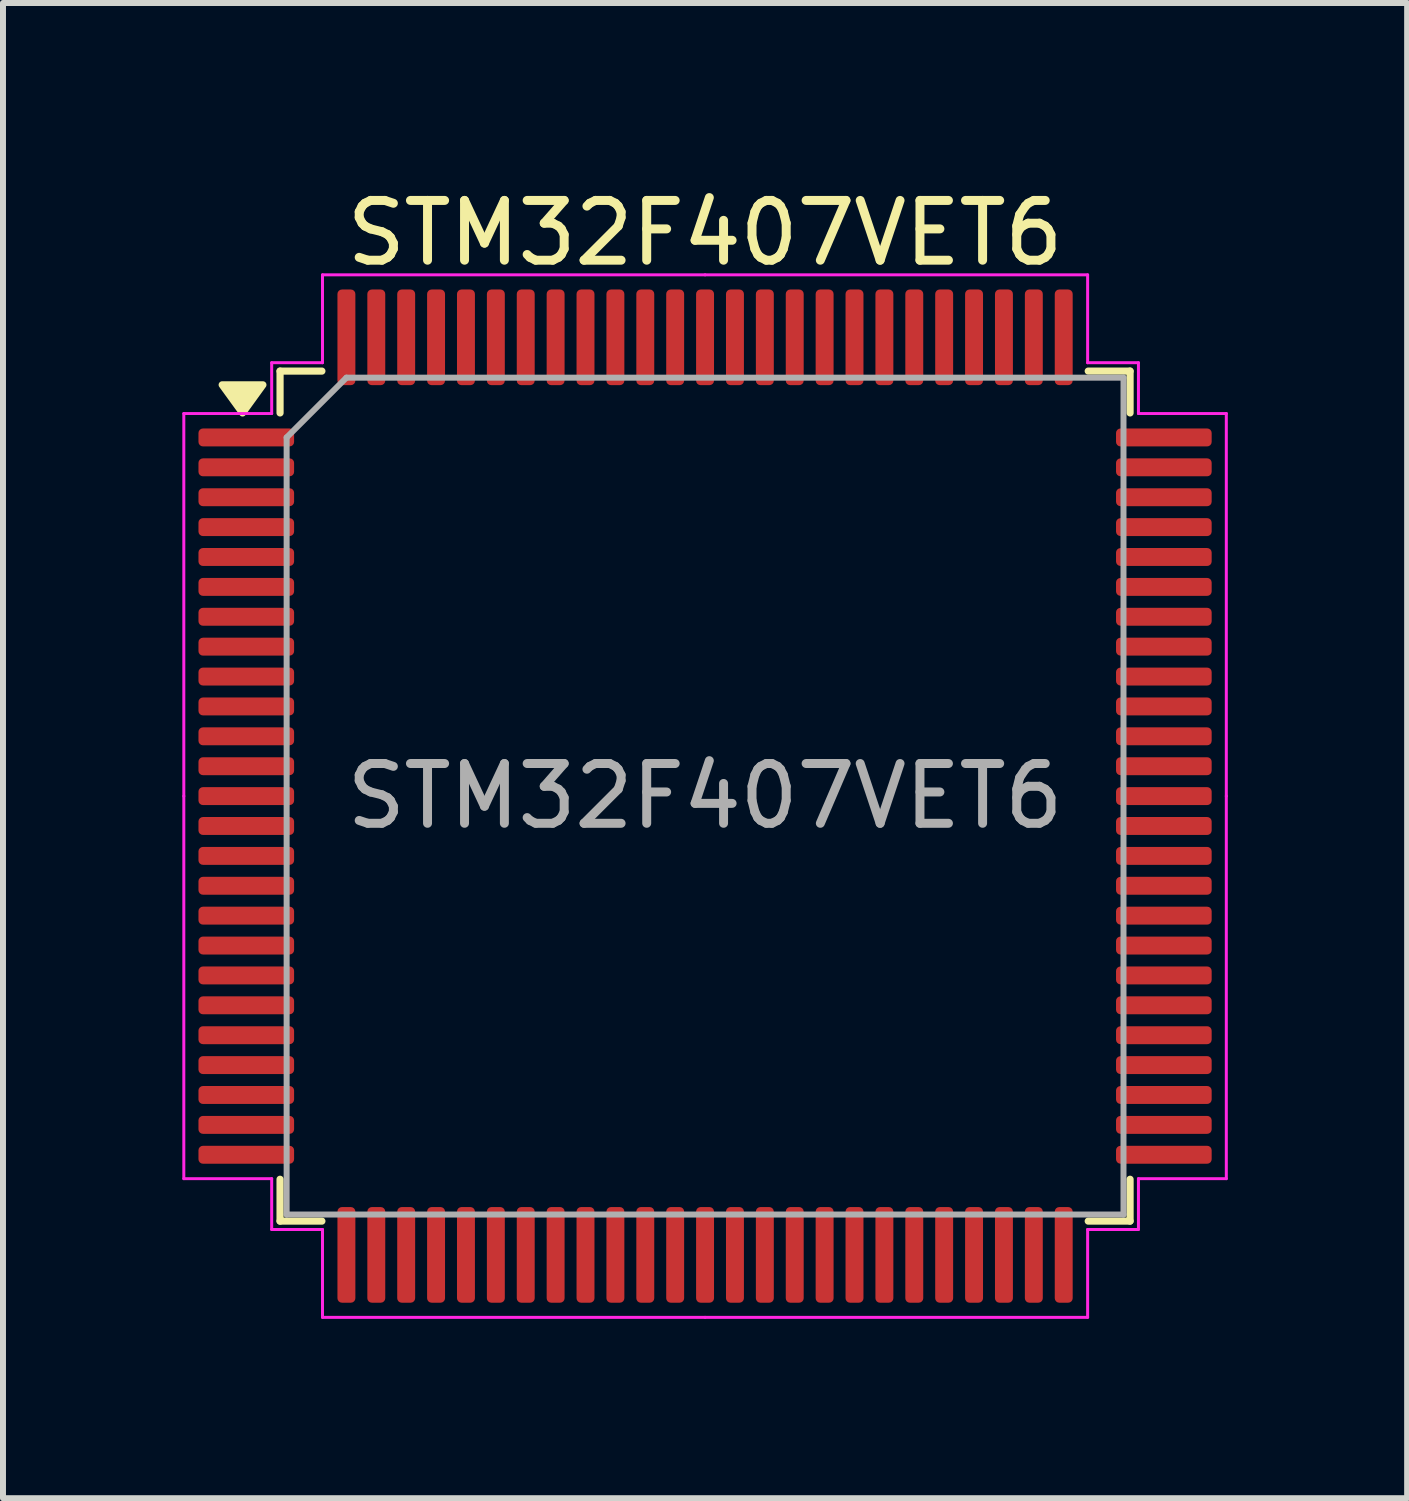
<source format=kicad_pcb>
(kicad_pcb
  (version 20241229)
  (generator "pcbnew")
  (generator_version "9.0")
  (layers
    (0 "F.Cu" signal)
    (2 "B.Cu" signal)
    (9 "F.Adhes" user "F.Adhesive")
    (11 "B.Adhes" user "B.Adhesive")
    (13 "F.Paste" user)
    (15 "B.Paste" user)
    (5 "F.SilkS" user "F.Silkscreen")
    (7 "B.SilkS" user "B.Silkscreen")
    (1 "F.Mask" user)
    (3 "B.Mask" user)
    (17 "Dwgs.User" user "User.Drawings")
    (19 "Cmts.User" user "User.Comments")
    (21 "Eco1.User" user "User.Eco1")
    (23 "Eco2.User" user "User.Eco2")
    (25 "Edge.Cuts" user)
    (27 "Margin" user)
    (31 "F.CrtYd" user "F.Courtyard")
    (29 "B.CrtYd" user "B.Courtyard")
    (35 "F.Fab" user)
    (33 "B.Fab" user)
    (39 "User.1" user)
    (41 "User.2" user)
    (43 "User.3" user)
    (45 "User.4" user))
  (footprint "STM32F407VET6"
    (layer "F.Cu")
    (at 8.745 10.268)
    (property "Reference" "STM32F407VET6" (at 0 -9.42 0) (layer "F.SilkS") (effects (font (size 1 1) (thickness 0.15))))
    (attr smd)
    (fp_line (start -7.11 -7.11) (end -7.11 -6.41) (stroke (width 0.12) (type solid)) (layer "F.SilkS"))
    (fp_line (start -7.11 7.11) (end -7.11 6.41) (stroke (width 0.12) (type solid)) (layer "F.SilkS"))
    (fp_line (start -6.41 -7.11) (end -7.11 -7.11) (stroke (width 0.12) (type solid)) (layer "F.SilkS"))
    (fp_line (start -6.41 7.11) (end -7.11 7.11) (stroke (width 0.12) (type solid)) (layer "F.SilkS"))
    (fp_line (start 6.41 -7.11) (end 7.11 -7.11) (stroke (width 0.12) (type solid)) (layer "F.SilkS"))
    (fp_line (start 6.41 7.11) (end 7.11 7.11) (stroke (width 0.12) (type solid)) (layer "F.SilkS"))
    (fp_line (start 7.11 -7.11) (end 7.11 -6.41) (stroke (width 0.12) (type solid)) (layer "F.SilkS"))
    (fp_line (start 7.11 7.11) (end 7.11 6.41) (stroke (width 0.12) (type solid)) (layer "F.SilkS"))
    (fp_poly (pts (xy -7.737 -6.41) (xy -8.078 -6.88) (xy -7.397 -6.88) (xy -7.737 -6.41)) (stroke (width 0.12) (type solid)) (fill yes) (layer "F.SilkS"))
    (fp_line (start -8.72 -6.4) (end -8.72 0) (stroke (width 0.05) (type solid)) (layer "F.CrtYd"))
    (fp_line (start -8.72 6.4) (end -8.72 0) (stroke (width 0.05) (type solid)) (layer "F.CrtYd"))
    (fp_line (start -7.25 -7.25) (end -7.25 -6.4) (stroke (width 0.05) (type solid)) (layer "F.CrtYd"))
    (fp_line (start -7.25 -6.4) (end -8.72 -6.4) (stroke (width 0.05) (type solid)) (layer "F.CrtYd"))
    (fp_line (start -7.25 6.4) (end -8.72 6.4) (stroke (width 0.05) (type solid)) (layer "F.CrtYd"))
    (fp_line (start -7.25 7.25) (end -7.25 6.4) (stroke (width 0.05) (type solid)) (layer "F.CrtYd"))
    (fp_line (start -6.4 -8.72) (end -6.4 -7.25) (stroke (width 0.05) (type solid)) (layer "F.CrtYd"))
    (fp_line (start -6.4 -7.25) (end -7.25 -7.25) (stroke (width 0.05) (type solid)) (layer "F.CrtYd"))
    (fp_line (start -6.4 7.25) (end -7.25 7.25) (stroke (width 0.05) (type solid)) (layer "F.CrtYd"))
    (fp_line (start -6.4 8.72) (end -6.4 7.25) (stroke (width 0.05) (type solid)) (layer "F.CrtYd"))
    (fp_line (start 0 -8.72) (end -6.4 -8.72) (stroke (width 0.05) (type solid)) (layer "F.CrtYd"))
    (fp_line (start 0 -8.72) (end 6.4 -8.72) (stroke (width 0.05) (type solid)) (layer "F.CrtYd"))
    (fp_line (start 0 8.72) (end -6.4 8.72) (stroke (width 0.05) (type solid)) (layer "F.CrtYd"))
    (fp_line (start 0 8.72) (end 6.4 8.72) (stroke (width 0.05) (type solid)) (layer "F.CrtYd"))
    (fp_line (start 6.4 -8.72) (end 6.4 -7.25) (stroke (width 0.05) (type solid)) (layer "F.CrtYd"))
    (fp_line (start 6.4 -7.25) (end 7.25 -7.25) (stroke (width 0.05) (type solid)) (layer "F.CrtYd"))
    (fp_line (start 6.4 7.25) (end 7.25 7.25) (stroke (width 0.05) (type solid)) (layer "F.CrtYd"))
    (fp_line (start 6.4 8.72) (end 6.4 7.25) (stroke (width 0.05) (type solid)) (layer "F.CrtYd"))
    (fp_line (start 7.25 -7.25) (end 7.25 -6.4) (stroke (width 0.05) (type solid)) (layer "F.CrtYd"))
    (fp_line (start 7.25 -6.4) (end 8.72 -6.4) (stroke (width 0.05) (type solid)) (layer "F.CrtYd"))
    (fp_line (start 7.25 6.4) (end 8.72 6.4) (stroke (width 0.05) (type solid)) (layer "F.CrtYd"))
    (fp_line (start 7.25 7.25) (end 7.25 6.4) (stroke (width 0.05) (type solid)) (layer "F.CrtYd"))
    (fp_line (start 8.72 -6.4) (end 8.72 0) (stroke (width 0.05) (type solid)) (layer "F.CrtYd"))
    (fp_line (start 8.72 6.4) (end 8.72 0) (stroke (width 0.05) (type solid)) (layer "F.CrtYd"))
    (fp_line (start -7 -6) (end -6 -7) (stroke (width 0.1) (type solid)) (layer "F.Fab"))
    (fp_line (start -7 7) (end -7 -6) (stroke (width 0.1) (type solid)) (layer "F.Fab"))
    (fp_line (start -6 -7) (end 7 -7) (stroke (width 0.1) (type solid)) (layer "F.Fab"))
    (fp_line (start 7 -7) (end 7 7) (stroke (width 0.1) (type solid)) (layer "F.Fab"))
    (fp_line (start 7 7) (end -7 7) (stroke (width 0.1) (type solid)) (layer "F.Fab"))
    (fp_text user "${REFERENCE}" (at 0 0 0) (layer "F.Fab") (effects (font (size 1 1) (thickness 0.15))))
    (pad "1" smd roundrect (at -7.675 -6) (size 1.6 0.3) (layers "F.Cu" "F.Mask" "F.Paste") (roundrect_rratio 0.25))
    (pad "2" smd roundrect (at -7.675 -5.5) (size 1.6 0.3) (layers "F.Cu" "F.Mask" "F.Paste") (roundrect_rratio 0.25))
    (pad "3" smd roundrect (at -7.675 -5) (size 1.6 0.3) (layers "F.Cu" "F.Mask" "F.Paste") (roundrect_rratio 0.25))
    (pad "4" smd roundrect (at -7.675 -4.5) (size 1.6 0.3) (layers "F.Cu" "F.Mask" "F.Paste") (roundrect_rratio 0.25))
    (pad "5" smd roundrect (at -7.675 -4) (size 1.6 0.3) (layers "F.Cu" "F.Mask" "F.Paste") (roundrect_rratio 0.25))
    (pad "6" smd roundrect (at -7.675 -3.5) (size 1.6 0.3) (layers "F.Cu" "F.Mask" "F.Paste") (roundrect_rratio 0.25))
    (pad "7" smd roundrect (at -7.675 -3) (size 1.6 0.3) (layers "F.Cu" "F.Mask" "F.Paste") (roundrect_rratio 0.25))
    (pad "8" smd roundrect (at -7.675 -2.5) (size 1.6 0.3) (layers "F.Cu" "F.Mask" "F.Paste") (roundrect_rratio 0.25))
    (pad "9" smd roundrect (at -7.675 -2) (size 1.6 0.3) (layers "F.Cu" "F.Mask" "F.Paste") (roundrect_rratio 0.25))
    (pad "10" smd roundrect (at -7.675 -1.5) (size 1.6 0.3) (layers "F.Cu" "F.Mask" "F.Paste") (roundrect_rratio 0.25))
    (pad "11" smd roundrect (at -7.675 -1) (size 1.6 0.3) (layers "F.Cu" "F.Mask" "F.Paste") (roundrect_rratio 0.25))
    (pad "12" smd roundrect (at -7.675 -0.5) (size 1.6 0.3) (layers "F.Cu" "F.Mask" "F.Paste") (roundrect_rratio 0.25))
    (pad "13" smd roundrect (at -7.675 0) (size 1.6 0.3) (layers "F.Cu" "F.Mask" "F.Paste") (roundrect_rratio 0.25))
    (pad "14" smd roundrect (at -7.675 0.5) (size 1.6 0.3) (layers "F.Cu" "F.Mask" "F.Paste") (roundrect_rratio 0.25))
    (pad "15" smd roundrect (at -7.675 1) (size 1.6 0.3) (layers "F.Cu" "F.Mask" "F.Paste") (roundrect_rratio 0.25))
    (pad "16" smd roundrect (at -7.675 1.5) (size 1.6 0.3) (layers "F.Cu" "F.Mask" "F.Paste") (roundrect_rratio 0.25))
    (pad "17" smd roundrect (at -7.675 2) (size 1.6 0.3) (layers "F.Cu" "F.Mask" "F.Paste") (roundrect_rratio 0.25))
    (pad "18" smd roundrect (at -7.675 2.5) (size 1.6 0.3) (layers "F.Cu" "F.Mask" "F.Paste") (roundrect_rratio 0.25))
    (pad "19" smd roundrect (at -7.675 3) (size 1.6 0.3) (layers "F.Cu" "F.Mask" "F.Paste") (roundrect_rratio 0.25))
    (pad "20" smd roundrect (at -7.675 3.5) (size 1.6 0.3) (layers "F.Cu" "F.Mask" "F.Paste") (roundrect_rratio 0.25))
    (pad "21" smd roundrect (at -7.675 4) (size 1.6 0.3) (layers "F.Cu" "F.Mask" "F.Paste") (roundrect_rratio 0.25))
    (pad "22" smd roundrect (at -7.675 4.5) (size 1.6 0.3) (layers "F.Cu" "F.Mask" "F.Paste") (roundrect_rratio 0.25))
    (pad "23" smd roundrect (at -7.675 5) (size 1.6 0.3) (layers "F.Cu" "F.Mask" "F.Paste") (roundrect_rratio 0.25))
    (pad "24" smd roundrect (at -7.675 5.5) (size 1.6 0.3) (layers "F.Cu" "F.Mask" "F.Paste") (roundrect_rratio 0.25))
    (pad "25" smd roundrect (at -7.675 6) (size 1.6 0.3) (layers "F.Cu" "F.Mask" "F.Paste") (roundrect_rratio 0.25))
    (pad "26" smd roundrect (at -6 7.675) (size 0.3 1.6) (layers "F.Cu" "F.Mask" "F.Paste") (roundrect_rratio 0.25))
    (pad "27" smd roundrect (at -5.5 7.675) (size 0.3 1.6) (layers "F.Cu" "F.Mask" "F.Paste") (roundrect_rratio 0.25))
    (pad "28" smd roundrect (at -5 7.675) (size 0.3 1.6) (layers "F.Cu" "F.Mask" "F.Paste") (roundrect_rratio 0.25))
    (pad "29" smd roundrect (at -4.5 7.675) (size 0.3 1.6) (layers "F.Cu" "F.Mask" "F.Paste") (roundrect_rratio 0.25))
    (pad "30" smd roundrect (at -4 7.675) (size 0.3 1.6) (layers "F.Cu" "F.Mask" "F.Paste") (roundrect_rratio 0.25))
    (pad "31" smd roundrect (at -3.5 7.675) (size 0.3 1.6) (layers "F.Cu" "F.Mask" "F.Paste") (roundrect_rratio 0.25))
    (pad "32" smd roundrect (at -3 7.675) (size 0.3 1.6) (layers "F.Cu" "F.Mask" "F.Paste") (roundrect_rratio 0.25))
    (pad "33" smd roundrect (at -2.5 7.675) (size 0.3 1.6) (layers "F.Cu" "F.Mask" "F.Paste") (roundrect_rratio 0.25))
    (pad "34" smd roundrect (at -2 7.675) (size 0.3 1.6) (layers "F.Cu" "F.Mask" "F.Paste") (roundrect_rratio 0.25))
    (pad "35" smd roundrect (at -1.5 7.675) (size 0.3 1.6) (layers "F.Cu" "F.Mask" "F.Paste") (roundrect_rratio 0.25))
    (pad "36" smd roundrect (at -1 7.675) (size 0.3 1.6) (layers "F.Cu" "F.Mask" "F.Paste") (roundrect_rratio 0.25))
    (pad "37" smd roundrect (at -0.5 7.675) (size 0.3 1.6) (layers "F.Cu" "F.Mask" "F.Paste") (roundrect_rratio 0.25))
    (pad "38" smd roundrect (at 0 7.675) (size 0.3 1.6) (layers "F.Cu" "F.Mask" "F.Paste") (roundrect_rratio 0.25))
    (pad "39" smd roundrect (at 0.5 7.675) (size 0.3 1.6) (layers "F.Cu" "F.Mask" "F.Paste") (roundrect_rratio 0.25))
    (pad "40" smd roundrect (at 1 7.675) (size 0.3 1.6) (layers "F.Cu" "F.Mask" "F.Paste") (roundrect_rratio 0.25))
    (pad "41" smd roundrect (at 1.5 7.675) (size 0.3 1.6) (layers "F.Cu" "F.Mask" "F.Paste") (roundrect_rratio 0.25))
    (pad "42" smd roundrect (at 2 7.675) (size 0.3 1.6) (layers "F.Cu" "F.Mask" "F.Paste") (roundrect_rratio 0.25))
    (pad "43" smd roundrect (at 2.5 7.675) (size 0.3 1.6) (layers "F.Cu" "F.Mask" "F.Paste") (roundrect_rratio 0.25))
    (pad "44" smd roundrect (at 3 7.675) (size 0.3 1.6) (layers "F.Cu" "F.Mask" "F.Paste") (roundrect_rratio 0.25))
    (pad "45" smd roundrect (at 3.5 7.675) (size 0.3 1.6) (layers "F.Cu" "F.Mask" "F.Paste") (roundrect_rratio 0.25))
    (pad "46" smd roundrect (at 4 7.675) (size 0.3 1.6) (layers "F.Cu" "F.Mask" "F.Paste") (roundrect_rratio 0.25))
    (pad "47" smd roundrect (at 4.5 7.675) (size 0.3 1.6) (layers "F.Cu" "F.Mask" "F.Paste") (roundrect_rratio 0.25))
    (pad "48" smd roundrect (at 5 7.675) (size 0.3 1.6) (layers "F.Cu" "F.Mask" "F.Paste") (roundrect_rratio 0.25))
    (pad "49" smd roundrect (at 5.5 7.675) (size 0.3 1.6) (layers "F.Cu" "F.Mask" "F.Paste") (roundrect_rratio 0.25))
    (pad "50" smd roundrect (at 6 7.675) (size 0.3 1.6) (layers "F.Cu" "F.Mask" "F.Paste") (roundrect_rratio 0.25))
    (pad "51" smd roundrect (at 7.675 6) (size 1.6 0.3) (layers "F.Cu" "F.Mask" "F.Paste") (roundrect_rratio 0.25))
    (pad "52" smd roundrect (at 7.675 5.5) (size 1.6 0.3) (layers "F.Cu" "F.Mask" "F.Paste") (roundrect_rratio 0.25))
    (pad "53" smd roundrect (at 7.675 5) (size 1.6 0.3) (layers "F.Cu" "F.Mask" "F.Paste") (roundrect_rratio 0.25))
    (pad "54" smd roundrect (at 7.675 4.5) (size 1.6 0.3) (layers "F.Cu" "F.Mask" "F.Paste") (roundrect_rratio 0.25))
    (pad "55" smd roundrect (at 7.675 4) (size 1.6 0.3) (layers "F.Cu" "F.Mask" "F.Paste") (roundrect_rratio 0.25))
    (pad "56" smd roundrect (at 7.675 3.5) (size 1.6 0.3) (layers "F.Cu" "F.Mask" "F.Paste") (roundrect_rratio 0.25))
    (pad "57" smd roundrect (at 7.675 3) (size 1.6 0.3) (layers "F.Cu" "F.Mask" "F.Paste") (roundrect_rratio 0.25))
    (pad "58" smd roundrect (at 7.675 2.5) (size 1.6 0.3) (layers "F.Cu" "F.Mask" "F.Paste") (roundrect_rratio 0.25))
    (pad "59" smd roundrect (at 7.675 2) (size 1.6 0.3) (layers "F.Cu" "F.Mask" "F.Paste") (roundrect_rratio 0.25))
    (pad "60" smd roundrect (at 7.675 1.5) (size 1.6 0.3) (layers "F.Cu" "F.Mask" "F.Paste") (roundrect_rratio 0.25))
    (pad "61" smd roundrect (at 7.675 1) (size 1.6 0.3) (layers "F.Cu" "F.Mask" "F.Paste") (roundrect_rratio 0.25))
    (pad "62" smd roundrect (at 7.675 0.5) (size 1.6 0.3) (layers "F.Cu" "F.Mask" "F.Paste") (roundrect_rratio 0.25))
    (pad "63" smd roundrect (at 7.675 0) (size 1.6 0.3) (layers "F.Cu" "F.Mask" "F.Paste") (roundrect_rratio 0.25))
    (pad "64" smd roundrect (at 7.675 -0.5) (size 1.6 0.3) (layers "F.Cu" "F.Mask" "F.Paste") (roundrect_rratio 0.25))
    (pad "65" smd roundrect (at 7.675 -1) (size 1.6 0.3) (layers "F.Cu" "F.Mask" "F.Paste") (roundrect_rratio 0.25))
    (pad "66" smd roundrect (at 7.675 -1.5) (size 1.6 0.3) (layers "F.Cu" "F.Mask" "F.Paste") (roundrect_rratio 0.25))
    (pad "67" smd roundrect (at 7.675 -2) (size 1.6 0.3) (layers "F.Cu" "F.Mask" "F.Paste") (roundrect_rratio 0.25))
    (pad "68" smd roundrect (at 7.675 -2.5) (size 1.6 0.3) (layers "F.Cu" "F.Mask" "F.Paste") (roundrect_rratio 0.25))
    (pad "69" smd roundrect (at 7.675 -3) (size 1.6 0.3) (layers "F.Cu" "F.Mask" "F.Paste") (roundrect_rratio 0.25))
    (pad "70" smd roundrect (at 7.675 -3.5) (size 1.6 0.3) (layers "F.Cu" "F.Mask" "F.Paste") (roundrect_rratio 0.25))
    (pad "71" smd roundrect (at 7.675 -4) (size 1.6 0.3) (layers "F.Cu" "F.Mask" "F.Paste") (roundrect_rratio 0.25))
    (pad "72" smd roundrect (at 7.675 -4.5) (size 1.6 0.3) (layers "F.Cu" "F.Mask" "F.Paste") (roundrect_rratio 0.25))
    (pad "73" smd roundrect (at 7.675 -5) (size 1.6 0.3) (layers "F.Cu" "F.Mask" "F.Paste") (roundrect_rratio 0.25))
    (pad "74" smd roundrect (at 7.675 -5.5) (size 1.6 0.3) (layers "F.Cu" "F.Mask" "F.Paste") (roundrect_rratio 0.25))
    (pad "75" smd roundrect (at 7.675 -6) (size 1.6 0.3) (layers "F.Cu" "F.Mask" "F.Paste") (roundrect_rratio 0.25))
    (pad "76" smd roundrect (at 6 -7.675) (size 0.3 1.6) (layers "F.Cu" "F.Mask" "F.Paste") (roundrect_rratio 0.25))
    (pad "77" smd roundrect (at 5.5 -7.675) (size 0.3 1.6) (layers "F.Cu" "F.Mask" "F.Paste") (roundrect_rratio 0.25))
    (pad "78" smd roundrect (at 5 -7.675) (size 0.3 1.6) (layers "F.Cu" "F.Mask" "F.Paste") (roundrect_rratio 0.25))
    (pad "79" smd roundrect (at 4.5 -7.675) (size 0.3 1.6) (layers "F.Cu" "F.Mask" "F.Paste") (roundrect_rratio 0.25))
    (pad "80" smd roundrect (at 4 -7.675) (size 0.3 1.6) (layers "F.Cu" "F.Mask" "F.Paste") (roundrect_rratio 0.25))
    (pad "81" smd roundrect (at 3.5 -7.675) (size 0.3 1.6) (layers "F.Cu" "F.Mask" "F.Paste") (roundrect_rratio 0.25))
    (pad "82" smd roundrect (at 3 -7.675) (size 0.3 1.6) (layers "F.Cu" "F.Mask" "F.Paste") (roundrect_rratio 0.25))
    (pad "83" smd roundrect (at 2.5 -7.675) (size 0.3 1.6) (layers "F.Cu" "F.Mask" "F.Paste") (roundrect_rratio 0.25))
    (pad "84" smd roundrect (at 2 -7.675) (size 0.3 1.6) (layers "F.Cu" "F.Mask" "F.Paste") (roundrect_rratio 0.25))
    (pad "85" smd roundrect (at 1.5 -7.675) (size 0.3 1.6) (layers "F.Cu" "F.Mask" "F.Paste") (roundrect_rratio 0.25))
    (pad "86" smd roundrect (at 1 -7.675) (size 0.3 1.6) (layers "F.Cu" "F.Mask" "F.Paste") (roundrect_rratio 0.25))
    (pad "87" smd roundrect (at 0.5 -7.675) (size 0.3 1.6) (layers "F.Cu" "F.Mask" "F.Paste") (roundrect_rratio 0.25))
    (pad "88" smd roundrect (at 0 -7.675) (size 0.3 1.6) (layers "F.Cu" "F.Mask" "F.Paste") (roundrect_rratio 0.25))
    (pad "89" smd roundrect (at -0.5 -7.675) (size 0.3 1.6) (layers "F.Cu" "F.Mask" "F.Paste") (roundrect_rratio 0.25))
    (pad "90" smd roundrect (at -1 -7.675) (size 0.3 1.6) (layers "F.Cu" "F.Mask" "F.Paste") (roundrect_rratio 0.25))
    (pad "91" smd roundrect (at -1.5 -7.675) (size 0.3 1.6) (layers "F.Cu" "F.Mask" "F.Paste") (roundrect_rratio 0.25))
    (pad "92" smd roundrect (at -2 -7.675) (size 0.3 1.6) (layers "F.Cu" "F.Mask" "F.Paste") (roundrect_rratio 0.25))
    (pad "93" smd roundrect (at -2.5 -7.675) (size 0.3 1.6) (layers "F.Cu" "F.Mask" "F.Paste") (roundrect_rratio 0.25))
    (pad "94" smd roundrect (at -3 -7.675) (size 0.3 1.6) (layers "F.Cu" "F.Mask" "F.Paste") (roundrect_rratio 0.25))
    (pad "95" smd roundrect (at -3.5 -7.675) (size 0.3 1.6) (layers "F.Cu" "F.Mask" "F.Paste") (roundrect_rratio 0.25))
    (pad "96" smd roundrect (at -4 -7.675) (size 0.3 1.6) (layers "F.Cu" "F.Mask" "F.Paste") (roundrect_rratio 0.25))
    (pad "97" smd roundrect (at -4.5 -7.675) (size 0.3 1.6) (layers "F.Cu" "F.Mask" "F.Paste") (roundrect_rratio 0.25))
    (pad "98" smd roundrect (at -5 -7.675) (size 0.3 1.6) (layers "F.Cu" "F.Mask" "F.Paste") (roundrect_rratio 0.25))
    (pad "99" smd roundrect (at -5.5 -7.675) (size 0.3 1.6) (layers "F.Cu" "F.Mask" "F.Paste") (roundrect_rratio 0.25))
    (pad "100" smd roundrect (at -6 -7.675) (size 0.3 1.6) (layers "F.Cu" "F.Mask" "F.Paste") (roundrect_rratio 0.25)))
  (gr_rect
    (start -3 -3)
    (end 20.49 22.013)
    (stroke (width 0.1) (type default))
    (fill no)
    (layer "Edge.Cuts")))
</source>
